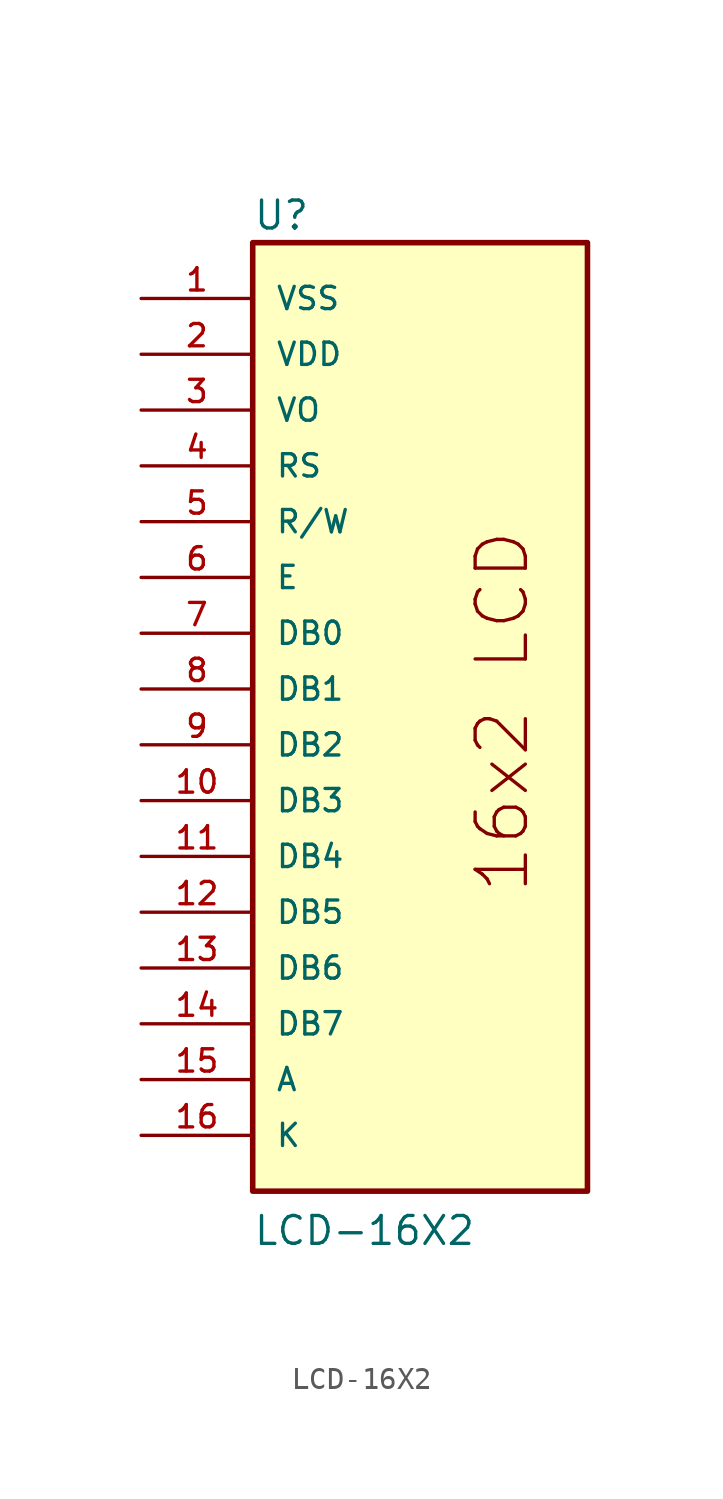
<source format=kicad_sym>
(kicad_symbol_lib
  (version 20211014)
  (generator kicad_symbol_editor)
  (symbol "LCD-16X2"
    (pin_names
      (offset 1.016))
    (property "Reference" "U"
      (at -7.62 23.368 0)
      (effects (font (size 1.27 1.27)) (justify bottom left)))
    (property "Value" "LCD-16X2"
      (at -7.62 -22.86 0)
      (effects (font (size 1.27 1.27)) (justify bottom left)))
    (symbol "LCD-16X2_0_0"
      (text "16x2 LCD" (at 5.08 -6.858 900) (effects (font (size 2.286 2.286)) (justify bottom left)))
      (rectangle (start -7.62 -20.32) (end 7.62 22.86) (stroke (width 0.254)) (fill (type background)))
      (pin power_in line (at -12.7 -15.24 0) (length 5.08) (name "A" (effects (font (size 1.016 1.016)))) (number "15" (effects (font (size 1.016 1.016)))))
      (pin bidirectional line (at -12.7 5.08 0) (length 5.08) (name "DB0" (effects (font (size 1.016 1.016)))) (number "7" (effects (font (size 1.016 1.016)))))
      (pin bidirectional line (at -12.7 2.54 0) (length 5.08) (name "DB1" (effects (font (size 1.016 1.016)))) (number "8" (effects (font (size 1.016 1.016)))))
      (pin bidirectional line (at -12.7 0.0 0) (length 5.08) (name "DB2" (effects (font (size 1.016 1.016)))) (number "9" (effects (font (size 1.016 1.016)))))
      (pin bidirectional line (at -12.7 -2.54 0) (length 5.08) (name "DB3" (effects (font (size 1.016 1.016)))) (number "10" (effects (font (size 1.016 1.016)))))
      (pin bidirectional line (at -12.7 -5.08 0) (length 5.08) (name "DB4" (effects (font (size 1.016 1.016)))) (number "11" (effects (font (size 1.016 1.016)))))
      (pin bidirectional line (at -12.7 -7.62 0) (length 5.08) (name "DB5" (effects (font (size 1.016 1.016)))) (number "12" (effects (font (size 1.016 1.016)))))
      (pin bidirectional line (at -12.7 -10.16 0) (length 5.08) (name "DB6" (effects (font (size 1.016 1.016)))) (number "13" (effects (font (size 1.016 1.016)))))
      (pin bidirectional line (at -12.7 -12.7 0) (length 5.08) (name "DB7" (effects (font (size 1.016 1.016)))) (number "14" (effects (font (size 1.016 1.016)))))
      (pin input line (at -12.7 7.62 0) (length 5.08) (name "E" (effects (font (size 1.016 1.016)))) (number "6" (effects (font (size 1.016 1.016)))))
      (pin power_in line (at -12.7 -17.78 0) (length 5.08) (name "K" (effects (font (size 1.016 1.016)))) (number "16" (effects (font (size 1.016 1.016)))))
      (pin input line (at -12.7 10.16 0) (length 5.08) (name "R/W" (effects (font (size 1.016 1.016)))) (number "5" (effects (font (size 1.016 1.016)))))
      (pin input line (at -12.7 12.7 0) (length 5.08) (name "RS" (effects (font (size 1.016 1.016)))) (number "4" (effects (font (size 1.016 1.016)))))
      (pin power_in line (at -12.7 17.78 0) (length 5.08) (name "VDD" (effects (font (size 1.016 1.016)))) (number "2" (effects (font (size 1.016 1.016)))))
      (pin bidirectional line (at -12.7 15.24 0) (length 5.08) (name "VO" (effects (font (size 1.016 1.016)))) (number "3" (effects (font (size 1.016 1.016)))))
      (pin power_in line (at -12.7 20.32 0) (length 5.08) (name "VSS" (effects (font (size 1.016 1.016)))) (number "1" (effects (font (size 1.016 1.016))))))))
</source>
